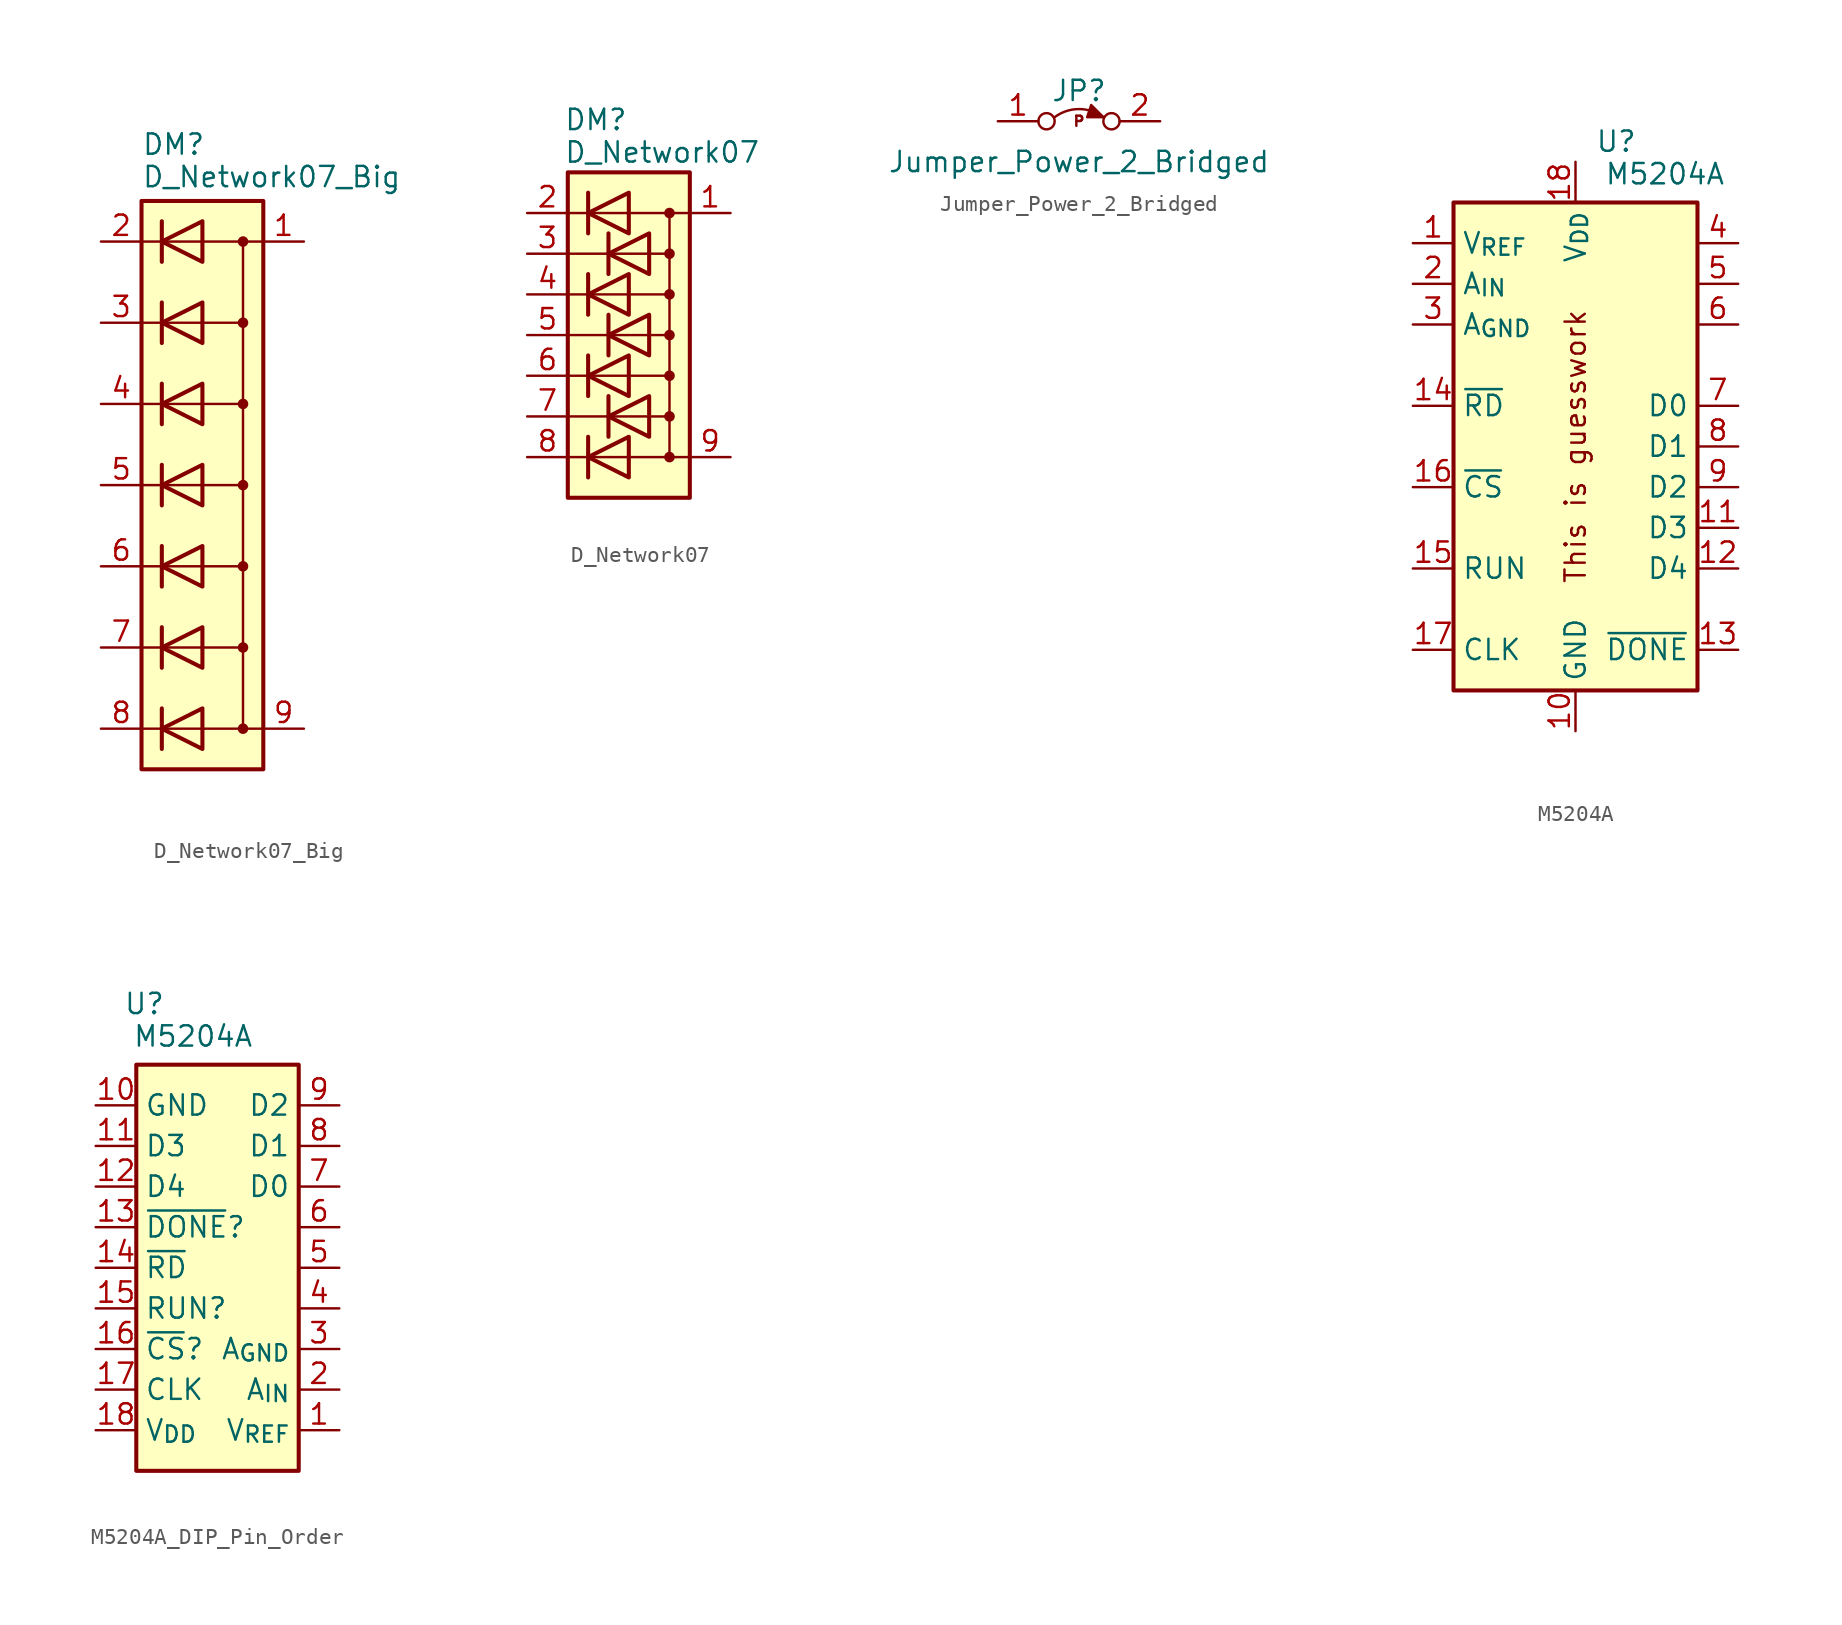
<source format=kicad_sym>
(kicad_symbol_lib
  (version 20231120)
  (generator "kicad_symbol_editor")
  (generator_version "8.0")
  (symbol "D_Network07_Big"
    (pin_names hide)
    (property "Reference" "DM"
      (at -3.81 20.574 0)
      (effects (font (size 1.27 1.27)) (justify left bottom)))
    (property "Value" "D_Network07_Big"
      (at -3.81 18.542 0)
      (effects (font (size 1.27 1.27)) (justify left bottom)))
    (symbol "D_Network07_Big_0_1"
      (rectangle (start -3.81 17.78) (end 3.81 -17.78) (stroke (width 0.254) (type default)) (fill (type background)))
      (polyline (pts (xy -2.54 -13.97) (xy -2.54 -16.51)) (stroke (width 0.254) (type default)) (fill (type none)))
      (polyline (pts (xy -2.54 -8.89) (xy -2.54 -11.43)) (stroke (width 0.254) (type default)) (fill (type none)))
      (polyline (pts (xy -2.54 -3.81) (xy -2.54 -6.35)) (stroke (width 0.254) (type default)) (fill (type none)))
      (polyline (pts (xy -2.54 1.27) (xy -2.54 -1.27)) (stroke (width 0.254) (type default)) (fill (type none)))
      (polyline (pts (xy -2.54 6.35) (xy -2.54 3.81)) (stroke (width 0.254) (type default)) (fill (type none)))
      (polyline (pts (xy -2.54 11.43) (xy -2.54 8.89)) (stroke (width 0.254) (type default)) (fill (type none)))
      (polyline (pts (xy -2.54 16.51) (xy -2.54 13.97)) (stroke (width 0.254) (type default)) (fill (type none)))
      (polyline (pts (xy 2.54 -10.16) (xy -3.81 -10.16)) (stroke (width 0) (type default)) (fill (type none)))
      (polyline (pts (xy 2.54 -5.08) (xy -3.81 -5.08)) (stroke (width 0) (type default)) (fill (type none)))
      (polyline (pts (xy 2.54 0) (xy -3.81 0)) (stroke (width 0) (type default)) (fill (type none)))
      (polyline (pts (xy 2.54 5.08) (xy -3.81 5.08)) (stroke (width 0) (type default)) (fill (type none)))
      (polyline (pts (xy 2.54 10.16) (xy -3.81 10.16)) (stroke (width 0) (type default)) (fill (type none)))
      (polyline (pts (xy 2.54 15.24) (xy 2.54 -15.24)) (stroke (width 0) (type default)) (fill (type none)))
      (polyline (pts (xy 3.81 -15.24) (xy -3.81 -15.24)) (stroke (width 0) (type default)) (fill (type none)))
      (polyline (pts (xy 3.81 15.24) (xy -3.81 15.24)) (stroke (width 0) (type default)) (fill (type none)))
      (polyline (pts (xy 0 -13.97) (xy 0 -16.51) (xy -2.54 -15.24) (xy 0 -13.97)) (stroke (width 0.254) (type default)) (fill (type none)))
      (polyline (pts (xy 0 -8.89) (xy 0 -11.43) (xy -2.54 -10.16) (xy 0 -8.89)) (stroke (width 0.254) (type default)) (fill (type none)))
      (polyline (pts (xy 0 -3.81) (xy 0 -6.35) (xy -2.54 -5.08) (xy 0 -3.81)) (stroke (width 0.254) (type default)) (fill (type none)))
      (polyline (pts (xy 0 1.27) (xy 0 -1.27) (xy -2.54 0) (xy 0 1.27)) (stroke (width 0.254) (type default)) (fill (type none)))
      (polyline (pts (xy 0 6.35) (xy 0 3.81) (xy -2.54 5.08) (xy 0 6.35)) (stroke (width 0.254) (type default)) (fill (type none)))
      (polyline (pts (xy 0 11.43) (xy 0 8.89) (xy -2.54 10.16) (xy 0 11.43)) (stroke (width 0.254) (type default)) (fill (type none)))
      (polyline (pts (xy 0 16.51) (xy 0 13.97) (xy -2.54 15.24) (xy 0 16.51)) (stroke (width 0.254) (type default)) (fill (type none)))
      (circle (center 2.54 -15.24) (radius 0.254) (stroke (width 0) (type default)) (fill (type outline)))
      (circle (center 2.54 -10.16) (radius 0.254) (stroke (width 0) (type default)) (fill (type outline)))
      (circle (center 2.54 -5.08) (radius 0.254) (stroke (width 0) (type default)) (fill (type outline)))
      (circle (center 2.54 0) (radius 0.254) (stroke (width 0) (type default)) (fill (type outline)))
      (circle (center 2.54 5.08) (radius 0.254) (stroke (width 0) (type default)) (fill (type outline)))
      (circle (center 2.54 10.16) (radius 0.254) (stroke (width 0) (type default)) (fill (type outline)))
      (circle (center 2.54 15.24) (radius 0.254) (stroke (width 0) (type default)) (fill (type outline))))
    (symbol "D_Network07_Big_1_1"
      (pin passive line (at 6.35 15.24 180) (length 2.54) (name "A" (effects (font (size 1.27 1.27)))) (number "1" (effects (font (size 1.27 1.27)))))
      (pin passive line (at -6.35 15.24 0) (length 2.54) (name "K1" (effects (font (size 1.27 1.27)))) (number "2" (effects (font (size 1.27 1.27)))))
      (pin passive line (at -6.35 10.16 0) (length 2.54) (name "K2" (effects (font (size 1.27 1.27)))) (number "3" (effects (font (size 1.27 1.27)))))
      (pin passive line (at -6.35 5.08 0) (length 2.54) (name "K3" (effects (font (size 1.27 1.27)))) (number "4" (effects (font (size 1.27 1.27)))))
      (pin passive line (at -6.35 0 0) (length 2.54) (name "K4" (effects (font (size 1.27 1.27)))) (number "5" (effects (font (size 1.27 1.27)))))
      (pin passive line (at -6.35 -5.08 0) (length 2.54) (name "K5" (effects (font (size 1.27 1.27)))) (number "6" (effects (font (size 1.27 1.27)))))
      (pin passive line (at -6.35 -10.16 0) (length 2.54) (name "K6" (effects (font (size 1.27 1.27)))) (number "7" (effects (font (size 1.27 1.27)))))
      (pin passive line (at -6.35 -15.24 0) (length 2.54) (name "K7" (effects (font (size 1.27 1.27)))) (number "8" (effects (font (size 1.27 1.27)))))
      (pin passive line (at 6.35 -15.24 180) (length 2.54) (name "A2" (effects (font (size 1.27 1.27)))) (number "9" (effects (font (size 1.27 1.27)))))))
  (symbol "D_Network07"
    (pin_names hide)
    (property "Reference" "DM"
      (at -4.064 12.7 0)
      (effects (font (size 1.27 1.27)) (justify left bottom)))
    (property "Value" "D_Network07"
      (at -4.064 10.668 0)
      (effects (font (size 1.27 1.27)) (justify left bottom)))
    (symbol "D_Network07_0_1"
      (rectangle (start -3.81 10.16) (end 3.81 -10.16) (stroke (width 0.254) (type default)) (fill (type background)))
      (polyline (pts (xy -2.54 -6.35) (xy -2.54 -8.89)) (stroke (width 0.254) (type default)) (fill (type none)))
      (polyline (pts (xy -2.54 -1.27) (xy -2.54 -3.81)) (stroke (width 0.254) (type default)) (fill (type none)))
      (polyline (pts (xy -2.54 3.81) (xy -2.54 1.27)) (stroke (width 0.254) (type default)) (fill (type none)))
      (polyline (pts (xy -2.54 8.89) (xy -2.54 6.35)) (stroke (width 0.254) (type default)) (fill (type none)))
      (polyline (pts (xy -1.27 -3.81) (xy -1.27 -6.35)) (stroke (width 0.254) (type default)) (fill (type none)))
      (polyline (pts (xy -1.27 1.27) (xy -1.27 -1.27)) (stroke (width 0.254) (type default)) (fill (type none)))
      (polyline (pts (xy -1.27 6.35) (xy -1.27 3.81)) (stroke (width 0.254) (type default)) (fill (type none)))
      (polyline (pts (xy 2.54 -5.08) (xy -3.81 -5.08)) (stroke (width 0) (type default)) (fill (type none)))
      (polyline (pts (xy 2.54 -2.54) (xy -3.81 -2.54)) (stroke (width 0) (type default)) (fill (type none)))
      (polyline (pts (xy 2.54 0) (xy -3.81 0)) (stroke (width 0) (type default)) (fill (type none)))
      (polyline (pts (xy 2.54 2.54) (xy -3.81 2.54)) (stroke (width 0) (type default)) (fill (type none)))
      (polyline (pts (xy 2.54 5.08) (xy -3.81 5.08)) (stroke (width 0) (type default)) (fill (type none)))
      (polyline (pts (xy 2.54 7.62) (xy 2.54 -7.62)) (stroke (width 0) (type default)) (fill (type none)))
      (polyline (pts (xy 3.81 -7.62) (xy -3.81 -7.62)) (stroke (width 0) (type default)) (fill (type none)))
      (polyline (pts (xy 3.81 7.62) (xy -3.81 7.62)) (stroke (width 0) (type default)) (fill (type none)))
      (polyline (pts (xy 0 -6.35) (xy 0 -8.89) (xy -2.54 -7.62) (xy 0 -6.35)) (stroke (width 0.254) (type default)) (fill (type none)))
      (polyline (pts (xy 0 -1.27) (xy 0 -3.81) (xy -2.54 -2.54) (xy 0 -1.27)) (stroke (width 0.254) (type default)) (fill (type none)))
      (polyline (pts (xy 0 3.81) (xy 0 1.27) (xy -2.54 2.54) (xy 0 3.81)) (stroke (width 0.254) (type default)) (fill (type none)))
      (polyline (pts (xy 0 8.89) (xy 0 6.35) (xy -2.54 7.62) (xy 0 8.89)) (stroke (width 0.254) (type default)) (fill (type none)))
      (polyline (pts (xy 1.27 -3.81) (xy 1.27 -6.35) (xy -1.27 -5.08) (xy 1.27 -3.81)) (stroke (width 0.254) (type default)) (fill (type none)))
      (polyline (pts (xy 1.27 1.27) (xy 1.27 -1.27) (xy -1.27 0) (xy 1.27 1.27)) (stroke (width 0.254) (type default)) (fill (type none)))
      (polyline (pts (xy 1.27 6.35) (xy 1.27 3.81) (xy -1.27 5.08) (xy 1.27 6.35)) (stroke (width 0.254) (type default)) (fill (type none)))
      (circle (center 2.54 -7.62) (radius 0.254) (stroke (width 0) (type default)) (fill (type outline)))
      (circle (center 2.54 -5.08) (radius 0.254) (stroke (width 0) (type default)) (fill (type outline)))
      (circle (center 2.54 -2.54) (radius 0.254) (stroke (width 0) (type default)) (fill (type outline)))
      (circle (center 2.54 0) (radius 0.254) (stroke (width 0) (type default)) (fill (type outline)))
      (circle (center 2.54 2.54) (radius 0.254) (stroke (width 0) (type default)) (fill (type outline)))
      (circle (center 2.54 5.08) (radius 0.254) (stroke (width 0) (type default)) (fill (type outline)))
      (circle (center 2.54 7.62) (radius 0.254) (stroke (width 0) (type default)) (fill (type outline))))
    (symbol "D_Network07_1_1"
      (pin passive line (at 6.35 7.62 180) (length 2.54) (name "A" (effects (font (size 1.27 1.27)))) (number "1" (effects (font (size 1.27 1.27)))))
      (pin passive line (at -6.35 7.62 0) (length 2.54) (name "K1" (effects (font (size 1.27 1.27)))) (number "2" (effects (font (size 1.27 1.27)))))
      (pin passive line (at -6.35 5.08 0) (length 2.54) (name "K2" (effects (font (size 1.27 1.27)))) (number "3" (effects (font (size 1.27 1.27)))))
      (pin passive line (at -6.35 2.54 0) (length 2.54) (name "K3" (effects (font (size 1.27 1.27)))) (number "4" (effects (font (size 1.27 1.27)))))
      (pin passive line (at -6.35 0 0) (length 2.54) (name "K4" (effects (font (size 1.27 1.27)))) (number "5" (effects (font (size 1.27 1.27)))))
      (pin passive line (at -6.35 -2.54 0) (length 2.54) (name "K5" (effects (font (size 1.27 1.27)))) (number "6" (effects (font (size 1.27 1.27)))))
      (pin passive line (at -6.35 -5.08 0) (length 2.54) (name "K6" (effects (font (size 1.27 1.27)))) (number "7" (effects (font (size 1.27 1.27)))))
      (pin passive line (at -6.35 -7.62 0) (length 2.54) (name "K7" (effects (font (size 1.27 1.27)))) (number "8" (effects (font (size 1.27 1.27)))))
      (pin passive line (at 6.35 -7.62 180) (length 2.54) (name "A2" (effects (font (size 1.27 1.27)))) (number "9" (effects (font (size 1.27 1.27)))))))
  (symbol "Jumper_Power_2_Bridged"
    (pin_names
      (offset 0) hide)
    (property "Reference" "JP"
      (at 0 1.905 0)
      (effects (font (size 1.27 1.27))))
    (property "Value" "Jumper_Power_2_Bridged"
      (at 0 -2.54 0)
      (effects (font (size 1.27 1.27))))
    (symbol "Jumper_Power_2_Bridged_0_0"
      (circle (center -2.032 0) (radius 0.508) (stroke (width 0) (type default)) (fill (type none)))
      (circle (center 2.032 0) (radius 0.508) (stroke (width 0) (type default)) (fill (type none))))
    (symbol "Jumper_Power_2_Bridged_0_1"
      (polyline (pts (xy 0.762 1.016) (xy 0.508 0.254) (xy 1.524 0.254) (xy 0.762 1.016)) (stroke (width 0) (type default)) (fill (type outline)))
      (arc (start 1.524 0.254) (mid 0 0.762) (end -1.524 0.254) (stroke (width 0) (type default)) (fill (type none))))
    (symbol "Jumper_Power_2_Bridged_1_1"
      (text "P" (at 0 0 0) (effects (font (size 0.635 0.635))))
      (pin power_in line (at -5.08 0 0) (length 2.54) (name "A" (effects (font (size 1.27 1.27)))) (number "1" (effects (font (size 1.27 1.27)))))
      (pin power_out line (at 5.08 0 180) (length 2.54) (name "B" (effects (font (size 1.27 1.27)))) (number "2" (effects (font (size 1.27 1.27)))))))
  (symbol "M5204A"
    (property "Reference" "U"
      (at 2.54 19.05 0)
      (effects (font (size 1.27 1.27))))
    (property "Value" "M5204A"
      (at 5.588 17.018 0)
      (effects (font (size 1.27 1.27))))
    (symbol "M5204A_0_1"
      (rectangle (start -7.62 15.24) (end 7.62 -15.24) (stroke (width 0.254) (type default)) (fill (type background))))
    (symbol "M5204A_1_1"
      (text "This is guesswork" (at 0 0 900) (effects (font (size 1.27 1.27))))
      (pin input line (at -10.16 12.7 0) (length 2.54) (name "V_{REF}" (effects (font (size 1.27 1.27)))) (number "1" (effects (font (size 1.27 1.27)))))
      (pin power_in line (at 0 -17.78 90) (length 2.54) (name "GND" (effects (font (size 1.27 1.27)))) (number "10" (effects (font (size 1.27 1.27)))))
      (pin output line (at 10.16 -5.08 180) (length 2.54) (name "D3" (effects (font (size 1.27 1.27)))) (number "11" (effects (font (size 1.27 1.27)))))
      (pin output line (at 10.16 -7.62 180) (length 2.54) (name "D4" (effects (font (size 1.27 1.27)))) (number "12" (effects (font (size 1.27 1.27)))))
      (pin output line (at 10.16 -12.7 180) (length 2.54) (name "~{DONE}" (effects (font (size 1.27 1.27)))) (number "13" (effects (font (size 1.27 1.27)))))
      (pin input line (at -10.16 2.54 0) (length 2.54) (name "~{RD}" (effects (font (size 1.27 1.27)))) (number "14" (effects (font (size 1.27 1.27)))))
      (pin input line (at -10.16 -7.62 0) (length 2.54) (name "RUN" (effects (font (size 1.27 1.27)))) (number "15" (effects (font (size 1.27 1.27)))))
      (pin input line (at -10.16 -2.54 0) (length 2.54) (name "~{CS}" (effects (font (size 1.27 1.27)))) (number "16" (effects (font (size 1.27 1.27)))))
      (pin input line (at -10.16 -12.7 0) (length 2.54) (name "CLK" (effects (font (size 1.27 1.27)))) (number "17" (effects (font (size 1.27 1.27)))))
      (pin power_in line (at 0 17.78 270) (length 2.54) (name "V_{DD}" (effects (font (size 1.27 1.27)))) (number "18" (effects (font (size 1.27 1.27)))))
      (pin input line (at -10.16 10.16 0) (length 2.54) (name "A_{IN}" (effects (font (size 1.27 1.27)))) (number "2" (effects (font (size 1.27 1.27)))))
      (pin input line (at -10.16 7.62 0) (length 2.54) (name "A_{GND}" (effects (font (size 1.27 1.27)))) (number "3" (effects (font (size 1.27 1.27)))))
      (pin unspecified line (at 10.16 12.7 180) (length 2.54) (name "" (effects (font (size 1.27 1.27)))) (number "4" (effects (font (size 1.27 1.27)))))
      (pin unspecified line (at 10.16 10.16 180) (length 2.54) (name "" (effects (font (size 1.27 1.27)))) (number "5" (effects (font (size 1.27 1.27)))))
      (pin unspecified line (at 10.16 7.62 180) (length 2.54) (name "" (effects (font (size 1.27 1.27)))) (number "6" (effects (font (size 1.27 1.27)))))
      (pin output line (at 10.16 2.54 180) (length 2.54) (name "D0" (effects (font (size 1.27 1.27)))) (number "7" (effects (font (size 1.27 1.27)))))
      (pin output line (at 10.16 0 180) (length 2.54) (name "D1" (effects (font (size 1.27 1.27)))) (number "8" (effects (font (size 1.27 1.27)))))
      (pin output line (at 10.16 -2.54 180) (length 2.54) (name "D2" (effects (font (size 1.27 1.27)))) (number "9" (effects (font (size 1.27 1.27)))))))
  (symbol "M5204A_DIP_Pin_Order"
    (property "Reference" "U"
      (at -4.572 16.51 0)
      (effects (font (size 1.27 1.27))))
    (property "Value" "M5204A"
      (at -1.524 14.478 0)
      (effects (font (size 1.27 1.27))))
    (symbol "M5204A_DIP_Pin_Order_0_1"
      (rectangle (start -5.08 12.7) (end 5.08 -12.7) (stroke (width 0.254) (type default)) (fill (type background))))
    (symbol "M5204A_DIP_Pin_Order_1_1"
      (pin input line (at 7.62 -10.16 180) (length 2.54) (name "V_{REF}" (effects (font (size 1.27 1.27)))) (number "1" (effects (font (size 1.27 1.27)))))
      (pin power_in line (at -7.62 10.16 0) (length 2.54) (name "GND" (effects (font (size 1.27 1.27)))) (number "10" (effects (font (size 1.27 1.27)))))
      (pin output line (at -7.62 7.62 0) (length 2.54) (name "D3" (effects (font (size 1.27 1.27)))) (number "11" (effects (font (size 1.27 1.27)))))
      (pin output line (at -7.62 5.08 0) (length 2.54) (name "D4" (effects (font (size 1.27 1.27)))) (number "12" (effects (font (size 1.27 1.27)))))
      (pin output line (at -7.62 2.54 0) (length 2.54) (name "~{DONE}?" (effects (font (size 1.27 1.27)))) (number "13" (effects (font (size 1.27 1.27)))))
      (pin input line (at -7.62 0 0) (length 2.54) (name "~{RD}" (effects (font (size 1.27 1.27)))) (number "14" (effects (font (size 1.27 1.27)))))
      (pin input line (at -7.62 -2.54 0) (length 2.54) (name "RUN?" (effects (font (size 1.27 1.27)))) (number "15" (effects (font (size 1.27 1.27)))))
      (pin input line (at -7.62 -5.08 0) (length 2.54) (name "~{CS}?" (effects (font (size 1.27 1.27)))) (number "16" (effects (font (size 1.27 1.27)))))
      (pin input line (at -7.62 -7.62 0) (length 2.54) (name "CLK" (effects (font (size 1.27 1.27)))) (number "17" (effects (font (size 1.27 1.27)))))
      (pin power_in line (at -7.62 -10.16 0) (length 2.54) (name "V_{DD}" (effects (font (size 1.27 1.27)))) (number "18" (effects (font (size 1.27 1.27)))))
      (pin input line (at 7.62 -7.62 180) (length 2.54) (name "A_{IN}" (effects (font (size 1.27 1.27)))) (number "2" (effects (font (size 1.27 1.27)))))
      (pin input line (at 7.62 -5.08 180) (length 2.54) (name "A_{GND}" (effects (font (size 1.27 1.27)))) (number "3" (effects (font (size 1.27 1.27)))))
      (pin unspecified line (at 7.62 -2.54 180) (length 2.54) (name "" (effects (font (size 1.27 1.27)))) (number "4" (effects (font (size 1.27 1.27)))))
      (pin unspecified line (at 7.62 0 180) (length 2.54) (name "" (effects (font (size 1.27 1.27)))) (number "5" (effects (font (size 1.27 1.27)))))
      (pin unspecified line (at 7.62 2.54 180) (length 2.54) (name "" (effects (font (size 1.27 1.27)))) (number "6" (effects (font (size 1.27 1.27)))))
      (pin output line (at 7.62 5.08 180) (length 2.54) (name "D0" (effects (font (size 1.27 1.27)))) (number "7" (effects (font (size 1.27 1.27)))))
      (pin output line (at 7.62 7.62 180) (length 2.54) (name "D1" (effects (font (size 1.27 1.27)))) (number "8" (effects (font (size 1.27 1.27)))))
      (pin output line (at 7.62 10.16 180) (length 2.54) (name "D2" (effects (font (size 1.27 1.27)))) (number "9" (effects (font (size 1.27 1.27))))))))
</source>
